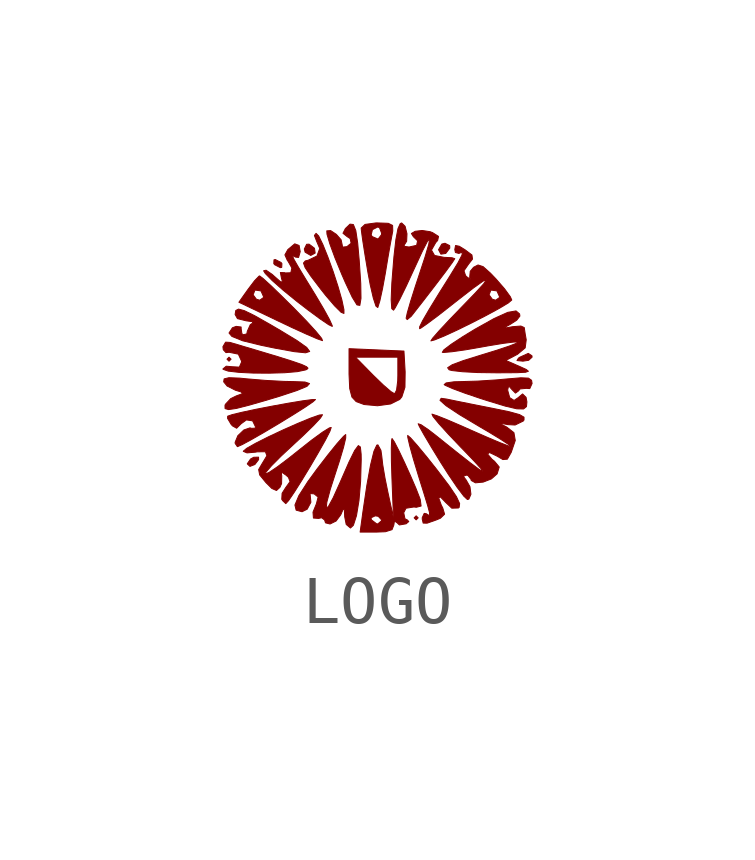
<source format=kicad_sym>
(kicad_symbol_lib
  (version 20210619)
  (generator bitmap2component)
  (symbol "LOGO"
    (pin_names
      (offset 1.016))
    (property "Reference" "#G"
      (at 0 2.752 0)
      (effects (font (size 1.27 1.27)) hide))
    (symbol "LOGO_0_0"
      (polyline (pts (xy 0.249 -3.21) (xy 0.387 -3.167) (xy 0.425 -3.069) (xy 0.437 -2.987) (xy 0.49 -3.022) (xy 0.54 -3.069) (xy 0.68 -3.045) (xy 0.735 -2.998) (xy 0.706 -2.965) (xy 0.656 -2.94) (xy 0.63 -2.815) (xy 0.678 -2.721) (xy 0.842 -2.695) (xy 0.893 -2.701) (xy 0.992 -2.675) (xy 0.975 -2.544) (xy 0.965 -2.514) (xy 0.888 -2.315) (xy 0.776 -2.055) (xy 0.65 -1.777) (xy 0.53 -1.524) (xy 0.436 -1.341) (xy 0.387 -1.27) (xy 0.379 -1.302) (xy 0.372 -1.469) (xy 0.374 -1.745) (xy 0.385 -2.095) (xy 0.417 -2.921) (xy 0.297 -2.371) (xy 0.24 -2.091) (xy 0.193 -1.813) (xy 0.173 -1.635) (xy 0.156 -1.516) (xy 0.093 -1.402) (xy 0.07 -1.407) (xy 0.01 -1.536) (xy -0.06 -1.82) (xy -0.138 -2.249) (xy -0.222 -2.815) (xy -0.236 -2.92) (xy -0.05 -2.92) (xy 0.037 -2.879) (xy 0.1 -2.889) (xy 0.169 -2.963) (xy 0.167 -2.983) (xy 0.09 -3.048) (xy 0.066 -3.045) (xy -0.042 -2.963) (xy -0.05 -2.92) (xy -0.236 -2.92) (xy -0.277 -3.217) (xy 0.073 -3.217) (xy 0.249 -3.21)) (stroke (width 0.01)) (fill (type outline)))
      (polyline (pts (xy -0.417 -3.075) (xy -0.353 -2.876) (xy -0.301 -2.561) (xy -0.267 -2.162) (xy -0.254 -1.706) (xy -0.256 -1.596) (xy -0.272 -1.446) (xy -0.314 -1.417) (xy -0.39 -1.519) (xy -0.509 -1.76) (xy -0.68 -2.151) (xy -0.685 -2.163) (xy -0.838 -2.503) (xy -0.938 -2.686) (xy -0.982 -2.715) (xy -0.97 -2.595) (xy -0.899 -2.33) (xy -0.768 -1.923) (xy -0.71 -1.745) (xy -0.624 -1.458) (xy -0.577 -1.26) (xy -0.577 -1.187) (xy -0.623 -1.225) (xy -0.755 -1.373) (xy -0.946 -1.609) (xy -1.172 -1.902) (xy -1.364 -2.165) (xy -1.553 -2.46) (xy -1.634 -2.654) (xy -1.609 -2.761) (xy -1.486 -2.794) (xy -1.379 -2.741) (xy -1.302 -2.597) (xy -1.316 -2.449) (xy -1.321 -2.415) (xy -1.234 -2.422) (xy -1.152 -2.489) (xy -1.187 -2.628) (xy -1.258 -2.803) (xy -1.249 -2.925) (xy -1.143 -2.933) (xy -1.078 -2.919) (xy -1.016 -2.966) (xy -0.998 -3.025) (xy -0.903 -3.049) (xy -0.777 -2.987) (xy -0.68 -2.857) (xy -0.632 -2.746) (xy -0.606 -2.744) (xy -0.598 -2.9) (xy -0.567 -3.058) (xy -0.478 -3.133) (xy -0.417 -3.075)) (stroke (width 0.01)) (fill (type outline)))
      (polyline (pts (xy 1.31 -2.964) (xy 1.394 -2.929) (xy 1.481 -2.845) (xy 1.443 -2.716) (xy 1.411 -2.654) (xy 1.359 -2.508) (xy 1.393 -2.485) (xy 1.505 -2.601) (xy 1.631 -2.72) (xy 1.768 -2.716) (xy 1.784 -2.703) (xy 1.794 -2.624) (xy 1.727 -2.479) (xy 1.571 -2.248) (xy 1.314 -1.91) (xy 1.114 -1.658) (xy 0.914 -1.416) (xy 0.773 -1.257) (xy 0.713 -1.206) (xy 0.715 -1.247) (xy 0.755 -1.42) (xy 0.831 -1.695) (xy 0.934 -2.036) (xy 0.936 -2.043) (xy 1.055 -2.424) (xy 1.13 -2.671) (xy 1.166 -2.808) (xy 1.17 -2.864) (xy 1.146 -2.865) (xy 1.101 -2.836) (xy 1.057 -2.828) (xy 1.016 -2.916) (xy 1.016 -2.95) (xy 1.035 -3.03) (xy 1.117 -3.032) (xy 1.31 -2.964)) (stroke (width 0.01)) (fill (type outline)))
      (polyline (pts (xy 0.931 -2.921) (xy 0.889 -2.879) (xy 0.847 -2.921) (xy 0.889 -2.963) (xy 0.931 -2.921)) (stroke (width 0.01)) (fill (type outline)))
      (polyline (pts (xy -1.767 -2.563) (xy -1.649 -2.39) (xy -1.492 -2.142) (xy -1.317 -1.854) (xy -1.147 -1.563) (xy -1.002 -1.307) (xy -0.906 -1.12) (xy -0.879 -1.04) (xy -0.917 -1.049) (xy -1.063 -1.14) (xy -1.289 -1.305) (xy -1.566 -1.524) (xy -1.748 -1.669) (xy -1.996 -1.857) (xy -2.174 -1.977) (xy -2.253 -2.009) (xy -2.236 -1.969) (xy -2.121 -1.836) (xy -1.92 -1.634) (xy -1.658 -1.39) (xy -1.469 -1.215) (xy -1.247 -0.999) (xy -1.102 -0.843) (xy -1.06 -0.775) (xy -1.125 -0.781) (xy -1.31 -0.846) (xy -1.574 -0.955) (xy -1.879 -1.09) (xy -2.183 -1.233) (xy -2.449 -1.367) (xy -2.638 -1.474) (xy -2.709 -1.534) (xy -2.709 -1.537) (xy -2.632 -1.569) (xy -2.455 -1.554) (xy -2.42 -1.547) (xy -2.248 -1.545) (xy -2.218 -1.629) (xy -2.326 -1.808) (xy -2.389 -1.916) (xy -2.368 -2.028) (xy -2.236 -2.189) (xy -2.115 -2.309) (xy -2.018 -2.352) (xy -1.946 -2.286) (xy -1.912 -2.209) (xy -1.908 -2.041) (xy -1.914 -2.023) (xy -1.915 -1.967) (xy -1.82 -2.032) (xy -1.769 -2.078) (xy -1.736 -2.167) (xy -1.827 -2.293) (xy -1.901 -2.41) (xy -1.908 -2.535) (xy -1.887 -2.566) (xy -1.824 -2.625) (xy -1.767 -2.563)) (stroke (width 0.01)) (fill (type outline)))
      (polyline (pts (xy 1.986 -2.531) (xy 2.029 -2.43) (xy 2.009 -2.273) (xy 1.93 -2.134) (xy 1.871 -2.057) (xy 1.93 -2.032) (xy 1.966 -2.038) (xy 2.032 -2.122) (xy 2.035 -2.143) (xy 2.123 -2.192) (xy 2.284 -2.177) (xy 2.454 -2.111) (xy 2.574 -2.006) (xy 2.618 -1.863) (xy 2.519 -1.743) (xy 2.466 -1.701) (xy 2.375 -1.592) (xy 2.415 -1.561) (xy 2.571 -1.636) (xy 2.694 -1.708) (xy 2.787 -1.7) (xy 2.868 -1.557) (xy 2.952 -1.311) (xy 2.924 -1.148) (xy 2.773 -1.031) (xy 2.662 -0.974) (xy 2.652 -0.953) (xy 2.8 -0.981) (xy 2.949 -0.989) (xy 3.118 -0.906) (xy 3.134 -0.884) (xy 3.134 -0.826) (xy 3.041 -0.772) (xy 2.83 -0.714) (xy 2.477 -0.641) (xy 2.346 -0.615) (xy 1.994 -0.545) (xy 1.702 -0.486) (xy 1.524 -0.449) (xy 1.409 -0.433) (xy 1.385 -0.475) (xy 1.512 -0.588) (xy 1.791 -0.773) (xy 2.221 -1.03) (xy 2.409 -1.14) (xy 2.659 -1.293) (xy 2.818 -1.398) (xy 2.858 -1.438) (xy 2.814 -1.426) (xy 2.64 -1.359) (xy 2.37 -1.245) (xy 2.042 -1.101) (xy 1.842 -1.012) (xy 1.542 -0.883) (xy 1.322 -0.795) (xy 1.218 -0.762) (xy 1.241 -0.813) (xy 1.362 -0.961) (xy 1.563 -1.183) (xy 1.822 -1.455) (xy 1.873 -1.507) (xy 2.103 -1.747) (xy 2.239 -1.897) (xy 2.275 -1.954) (xy 2.204 -1.916) (xy 2.021 -1.78) (xy 1.718 -1.542) (xy 1.291 -1.2) (xy 1.142 -1.085) (xy 0.99 -0.982) (xy 0.931 -0.963) (xy 0.956 -1.019) (xy 1.055 -1.196) (xy 1.211 -1.459) (xy 1.406 -1.777) (xy 1.562 -2.021) (xy 1.744 -2.289) (xy 1.883 -2.472) (xy 1.956 -2.54) (xy 1.986 -2.531)) (stroke (width 0.01)) (fill (type outline)))
      (polyline (pts (xy -2.468 -1.811) (xy -2.39 -1.709) (xy -2.391 -1.658) (xy -2.491 -1.66) (xy -2.557 -1.696) (xy -2.625 -1.794) (xy -2.624 -1.8) (xy -2.57 -1.85) (xy -2.468 -1.811)) (stroke (width 0.01)) (fill (type outline)))
      (polyline (pts (xy -2.828 -1.439) (xy -2.723 -1.392) (xy -2.521 -1.282) (xy -2.255 -1.129) (xy -1.961 -0.954) (xy -1.674 -0.778) (xy -1.429 -0.623) (xy -1.262 -0.509) (xy -1.206 -0.459) (xy -1.273 -0.459) (xy -1.47 -0.485) (xy -1.756 -0.532) (xy -2.087 -0.592) (xy -2.423 -0.657) (xy -2.72 -0.72) (xy -2.938 -0.772) (xy -3.034 -0.805) (xy -3.036 -0.851) (xy -2.964 -0.973) (xy -2.934 -1.007) (xy -2.847 -1.056) (xy -2.753 -0.962) (xy -2.644 -0.883) (xy -2.515 -0.902) (xy -2.455 -1.026) (xy -2.462 -1.055) (xy -2.541 -1.058) (xy -2.569 -1.048) (xy -2.697 -1.092) (xy -2.822 -1.211) (xy -2.879 -1.349) (xy -2.877 -1.373) (xy -2.832 -1.439) (xy -2.828 -1.439)) (stroke (width 0.01)) (fill (type outline)))
      (polyline (pts (xy -2.853 -0.644) (xy -2.575 -0.573) (xy -2.159 -0.452) (xy -1.952 -0.39) (xy -1.589 -0.27) (xy -1.383 -0.184) (xy -1.33 -0.126) (xy -1.425 -0.094) (xy -1.664 -0.085) (xy -1.868 -0.081) (xy -2.251 -0.06) (xy -2.624 -0.029) (xy -2.786 -0.013) (xy -3.008 -0.004) (xy -3.108 -0.029) (xy -3.117 -0.09) (xy -3.045 -0.178) (xy -2.872 -0.265) (xy -2.752 -0.302) (xy -2.725 -0.336) (xy -2.852 -0.382) (xy -2.971 -0.44) (xy -3.082 -0.559) (xy -3.09 -0.584) (xy -3.088 -0.647) (xy -3.016 -0.668) (xy -2.853 -0.644)) (stroke (width 0.01)) (fill (type outline)))
      (polyline (pts (xy 3.185 -0.606) (xy 3.194 -0.508) (xy 3.177 -0.414) (xy 3.104 -0.342) (xy 3.005 -0.425) (xy 2.927 -0.477) (xy 2.836 -0.419) (xy 2.795 -0.27) (xy 2.796 -0.246) (xy 2.815 -0.174) (xy 2.886 -0.254) (xy 2.956 -0.325) (xy 3.018 -0.28) (xy 3.052 -0.238) (xy 3.18 -0.226) (xy 3.254 -0.231) (xy 3.302 -0.124) (xy 3.291 -0.058) (xy 3.226 -0.013) (xy 3.069 -0.006) (xy 2.782 -0.03) (xy 2.56 -0.05) (xy 2.17 -0.075) (xy 1.836 -0.085) (xy 1.679 -0.089) (xy 1.512 -0.113) (xy 1.472 -0.148) (xy 1.494 -0.163) (xy 1.647 -0.231) (xy 1.905 -0.327) (xy 2.227 -0.436) (xy 2.377 -0.484) (xy 2.745 -0.596) (xy 2.985 -0.652) (xy 3.124 -0.655) (xy 3.185 -0.606)) (stroke (width 0.01)) (fill (type outline)))
      (polyline (pts (xy 0.358 -0.551) (xy 0.548 -0.456) (xy 0.592 -0.401) (xy 0.656 -0.203) (xy 0.66 0.116) (xy 0.635 0.55) (xy 0.064 0.575) (xy -0.508 0.6) (xy -0.508 0.423) (xy -0.374 0.423) (xy 0.508 0.423) (xy 0.508 0.042) (xy 0.505 -0.071) (xy 0.481 -0.263) (xy 0.441 -0.339) (xy 0.365 -0.294) (xy 0.205 -0.156) (xy 0 0.042) (xy -0.374 0.423) (xy -0.508 0.423) (xy -0.508 0.071) (xy -0.494 -0.23) (xy -0.448 -0.407) (xy -0.36 -0.501) (xy -0.196 -0.562) (xy 0.084 -0.588) (xy 0.358 -0.551)) (stroke (width 0.01)) (fill (type outline)))
      (polyline (pts (xy -1.849 0.099) (xy -1.582 0.122) (xy -1.411 0.158) (xy -1.385 0.169) (xy -1.362 0.194) (xy -1.393 0.225) (xy -1.495 0.272) (xy -1.687 0.338) (xy -1.987 0.433) (xy -2.414 0.561) (xy -2.985 0.73) (xy -3.077 0.736) (xy -3.133 0.641) (xy -3.125 0.578) (xy -3.069 0.518) (xy -3.004 0.525) (xy -2.812 0.486) (xy -2.746 0.342) (xy -2.746 0.319) (xy -2.791 0.216) (xy -2.939 0.224) (xy -3.064 0.235) (xy -3.133 0.178) (xy -3.129 0.17) (xy -3.023 0.133) (xy -2.799 0.107) (xy -2.501 0.092) (xy -2.17 0.09) (xy -1.849 0.099)) (stroke (width 0.01)) (fill (type outline)))
      (polyline (pts (xy 2.657 0.098) (xy 2.984 0.1) (xy 3.166 0.109) (xy 3.225 0.13) (xy 3.179 0.168) (xy 3.049 0.227) (xy 2.754 0.355) (xy 2.985 0.476) (xy 2.997 0.482) (xy 3.158 0.616) (xy 3.18 0.785) (xy 3.158 0.91) (xy 3.139 1.039) (xy 3.069 1.071) (xy 2.9 1.058) (xy 2.76 1.033) (xy 2.735 1.044) (xy 2.857 1.112) (xy 2.982 1.193) (xy 3.048 1.278) (xy 3.042 1.323) (xy 2.968 1.386) (xy 2.796 1.356) (xy 2.514 1.229) (xy 2.11 1.003) (xy 1.867 0.855) (xy 1.619 0.692) (xy 1.465 0.575) (xy 1.433 0.524) (xy 1.463 0.521) (xy 1.634 0.536) (xy 1.911 0.575) (xy 2.25 0.634) (xy 2.399 0.661) (xy 2.705 0.711) (xy 2.923 0.738) (xy 3.015 0.738) (xy 2.988 0.717) (xy 2.832 0.656) (xy 2.569 0.568) (xy 2.231 0.464) (xy 1.876 0.354) (xy 1.64 0.266) (xy 1.544 0.203) (xy 1.575 0.16) (xy 1.633 0.145) (xy 1.853 0.12) (xy 2.171 0.103) (xy 2.54 0.098) (xy 2.657 0.098)) (stroke (width 0.01)) (fill (type outline)))
      (polyline (pts (xy -2.963 0.381) (xy -3.006 0.423) (xy -3.048 0.381) (xy -3.006 0.339) (xy -2.963 0.381)) (stroke (width 0.01)) (fill (type outline)))
      (polyline (pts (xy 3.23 0.358) (xy 3.302 0.423) (xy 3.299 0.452) (xy 3.223 0.502) (xy 3.048 0.423) (xy 3.018 0.403) (xy 2.988 0.353) (xy 3.111 0.34) (xy 3.23 0.358)) (stroke (width 0.01)) (fill (type outline)))
      (polyline (pts (xy -1.327 0.542) (xy -1.389 0.626) (xy -1.591 0.769) (xy -1.93 0.975) (xy -2.159 1.109) (xy -2.477 1.289) (xy -2.686 1.391) (xy -2.808 1.424) (xy -2.865 1.395) (xy -2.879 1.312) (xy -2.83 1.225) (xy -2.646 1.179) (xy -2.642 1.179) (xy -2.512 1.161) (xy -2.519 1.129) (xy -2.563 1.1) (xy -2.625 0.962) (xy -2.636 0.907) (xy -2.711 0.89) (xy -2.738 0.912) (xy -2.753 1.014) (xy -2.754 1.051) (xy -2.857 1.064) (xy -2.935 1.035) (xy -3.006 0.926) (xy -2.946 0.855) (xy -2.721 0.764) (xy -2.328 0.668) (xy -2.041 0.609) (xy -1.649 0.538) (xy -1.412 0.514) (xy -1.327 0.542)) (stroke (width 0.01)) (fill (type outline)))
      (polyline (pts (xy -1.078 0.814) (xy -1.194 0.956) (xy -1.392 1.173) (xy -1.651 1.439) (xy -1.895 1.681) (xy -2.128 1.907) (xy -2.295 2.059) (xy -2.369 2.115) (xy -2.382 2.109) (xy -2.474 2.014) (xy -2.606 1.84) (xy -2.691 1.721) (xy -2.504 1.721) (xy -2.469 1.812) (xy -2.456 1.819) (xy -2.341 1.802) (xy -2.286 1.679) (xy -2.288 1.665) (xy -2.366 1.609) (xy -2.436 1.629) (xy -2.504 1.721) (xy -2.691 1.721) (xy -2.8 1.566) (xy -1.971 1.17) (xy -1.695 1.039) (xy -1.39 0.9) (xy -1.167 0.804) (xy -1.06 0.767) (xy -1.078 0.814)) (stroke (width 0.01)) (fill (type outline)))
      (polyline (pts (xy 1.273 0.782) (xy 1.472 0.863) (xy 1.744 0.988) (xy 2.051 1.139) (xy 2.356 1.296) (xy 2.621 1.44) (xy 2.808 1.552) (xy 2.879 1.613) (xy 2.849 1.681) (xy 2.729 1.846) (xy 2.549 2.053) (xy 2.436 2.171) (xy 2.282 2.308) (xy 2.177 2.342) (xy 2.084 2.294) (xy 2.015 2.21) (xy 2.003 2.086) (xy 2.016 2.044) (xy 1.945 2.094) (xy 1.918 2.12) (xy 1.884 2.221) (xy 1.978 2.357) (xy 2.062 2.465) (xy 2.05 2.55) (xy 1.908 2.657) (xy 1.786 2.732) (xy 1.709 2.747) (xy 1.693 2.664) (xy 1.706 2.602) (xy 1.778 2.582) (xy 1.847 2.609) (xy 1.844 2.55) (xy 1.758 2.385) (xy 1.582 2.097) (xy 1.377 1.771) (xy 1.162 1.42) (xy 1.026 1.186) (xy 0.962 1.056) (xy 0.961 1.016) (xy 0.99 1.03) (xy 1.129 1.127) (xy 1.351 1.293) (xy 1.624 1.507) (xy 1.768 1.62) (xy 2.088 1.868) (xy 2.282 2.006) (xy 2.35 2.034) (xy 2.295 1.951) (xy 2.118 1.757) (xy 2.083 1.721) (xy 2.407 1.721) (xy 2.442 1.812) (xy 2.455 1.819) (xy 2.57 1.802) (xy 2.625 1.679) (xy 2.623 1.665) (xy 2.545 1.609) (xy 2.474 1.629) (xy 2.407 1.721) (xy 2.083 1.721) (xy 1.822 1.451) (xy 1.575 1.195) (xy 1.365 0.97) (xy 1.232 0.818) (xy 1.196 0.762) (xy 1.273 0.782)) (stroke (width 0.01)) (fill (type outline)))
      (polyline (pts (xy -0.858 1.08) (xy -0.915 1.207) (xy -1.037 1.429) (xy -1.204 1.711) (xy -1.422 2.066) (xy -1.57 2.311) (xy -1.653 2.456) (xy -1.681 2.522) (xy -1.667 2.531) (xy -1.622 2.506) (xy -1.558 2.499) (xy -1.524 2.62) (xy -1.547 2.748) (xy -1.638 2.782) (xy -1.781 2.663) (xy -1.843 2.552) (xy -1.791 2.435) (xy -1.778 2.42) (xy -1.698 2.279) (xy -1.72 2.18) (xy -1.835 2.176) (xy -1.85 2.182) (xy -1.937 2.185) (xy -1.915 2.07) (xy -1.892 1.989) (xy -1.933 1.992) (xy -2.07 2.112) (xy -2.106 2.145) (xy -2.234 2.233) (xy -2.286 2.221) (xy -2.251 2.165) (xy -2.107 2.018) (xy -1.876 1.814) (xy -1.587 1.579) (xy -1.364 1.407) (xy -1.111 1.22) (xy -0.932 1.099) (xy -0.857 1.063) (xy -0.858 1.08)) (stroke (width 0.01)) (fill (type outline)))
      (polyline (pts (xy 0.786 1.274) (xy 1.024 1.578) (xy 1.292 1.926) (xy 1.504 2.205) (xy 1.643 2.395) (xy 1.693 2.473) (xy 1.634 2.493) (xy 1.469 2.501) (xy 1.272 2.54) (xy 1.208 2.652) (xy 1.297 2.809) (xy 1.336 2.851) (xy 1.355 2.936) (xy 1.231 3.015) (xy 1.178 3.035) (xy 1.014 3.06) (xy 0.868 3.043) (xy 0.79 2.997) (xy 0.831 2.931) (xy 0.919 2.845) (xy 0.899 2.751) (xy 0.741 2.716) (xy 0.639 2.73) (xy 0.644 2.761) (xy 0.691 2.835) (xy 0.698 2.992) (xy 0.659 3.147) (xy 0.587 3.217) (xy 0.558 3.204) (xy 0.51 3.097) (xy 0.467 2.871) (xy 0.426 2.509) (xy 0.385 1.994) (xy 0.382 1.95) (xy 0.369 1.621) (xy 0.381 1.433) (xy 0.418 1.401) (xy 0.452 1.449) (xy 0.55 1.632) (xy 0.686 1.91) (xy 0.84 2.244) (xy 0.853 2.272) (xy 1.02 2.633) (xy 1.125 2.837) (xy 1.169 2.883) (xy 1.151 2.771) (xy 1.072 2.502) (xy 0.931 2.074) (xy 0.872 1.896) (xy 0.773 1.583) (xy 0.705 1.348) (xy 0.68 1.233) (xy 0.703 1.205) (xy 0.786 1.274)) (stroke (width 0.01)) (fill (type outline)))
      (polyline (pts (xy -0.614 1.411) (xy -0.657 1.614) (xy -0.736 1.89) (xy -0.837 2.201) (xy -0.948 2.507) (xy -1.053 2.768) (xy -1.14 2.946) (xy -1.194 3) (xy -1.229 2.957) (xy -1.18 2.83) (xy -1.118 2.685) (xy -1.176 2.528) (xy -1.358 2.441) (xy -1.419 2.426) (xy -1.456 2.382) (xy -1.421 2.286) (xy -1.304 2.111) (xy -1.091 1.831) (xy -0.997 1.712) (xy -0.809 1.492) (xy -0.673 1.357) (xy -0.614 1.333) (xy -0.614 1.411)) (stroke (width 0.01)) (fill (type outline)))
      (polyline (pts (xy -0.259 1.648) (xy -0.264 1.956) (xy -0.295 2.427) (xy -0.328 2.798) (xy -0.367 3.058) (xy -0.418 3.184) (xy -0.488 3.192) (xy -0.584 3.1) (xy -0.634 3.002) (xy -0.547 2.932) (xy -0.484 2.891) (xy -0.465 2.795) (xy -0.467 2.792) (xy -0.554 2.723) (xy -0.642 2.714) (xy -0.653 2.773) (xy -0.673 2.866) (xy -0.772 2.979) (xy -0.891 3.058) (xy -0.971 3.052) (xy -0.967 2.983) (xy -0.908 2.783) (xy -0.801 2.492) (xy -0.658 2.145) (xy -0.587 1.982) (xy -0.442 1.672) (xy -0.343 1.511) (xy -0.283 1.501) (xy -0.259 1.648)) (stroke (width 0.01)) (fill (type outline)))
      (polyline (pts (xy 0.091 1.458) (xy 0.134 1.597) (xy 0.189 1.848) (xy 0.246 2.159) (xy 0.299 2.48) (xy 0.352 2.782) (xy 0.39 2.985) (xy 0.402 3.05) (xy 0.399 3.165) (xy 0.309 3.209) (xy 0.091 3.217) (xy 0.05 3.217) (xy -0.175 3.186) (xy -0.255 3.111) (xy -0.25 3.052) (xy -0.239 2.968) (xy -0.047 2.968) (xy -0.021 3.077) (xy 0.09 3.133) (xy 0.126 3.118) (xy 0.169 3.006) (xy 0.167 2.972) (xy 0.097 2.881) (xy -0.026 2.933) (xy -0.047 2.968) (xy -0.239 2.968) (xy -0.222 2.846) (xy -0.174 2.54) (xy -0.113 2.176) (xy -0.067 1.93) (xy -0.003 1.654) (xy 0.052 1.486) (xy 0.09 1.456) (xy 0.091 1.458)) (stroke (width 0.01)) (fill (type outline)))
      (polyline (pts (xy -1.909 2.292) (xy -1.905 2.371) (xy -1.922 2.393) (xy -2.042 2.455) (xy -2.07 2.449) (xy -2.074 2.371) (xy -2.057 2.348) (xy -1.937 2.286) (xy -1.909 2.292)) (stroke (width 0.01)) (fill (type outline)))
      (polyline (pts (xy -1.213 2.589) (xy -1.227 2.69) (xy -1.339 2.775) (xy -1.39 2.773) (xy -1.439 2.674) (xy -1.422 2.608) (xy -1.305 2.54) (xy -1.213 2.589)) (stroke (width 0.01)) (fill (type outline)))
      (polyline (pts (xy 1.505 2.582) (xy 1.589 2.693) (xy 1.587 2.745) (xy 1.489 2.794) (xy 1.423 2.777) (xy 1.355 2.66) (xy 1.404 2.567) (xy 1.505 2.582)) (stroke (width 0.01)) (fill (type outline))))))
</source>
